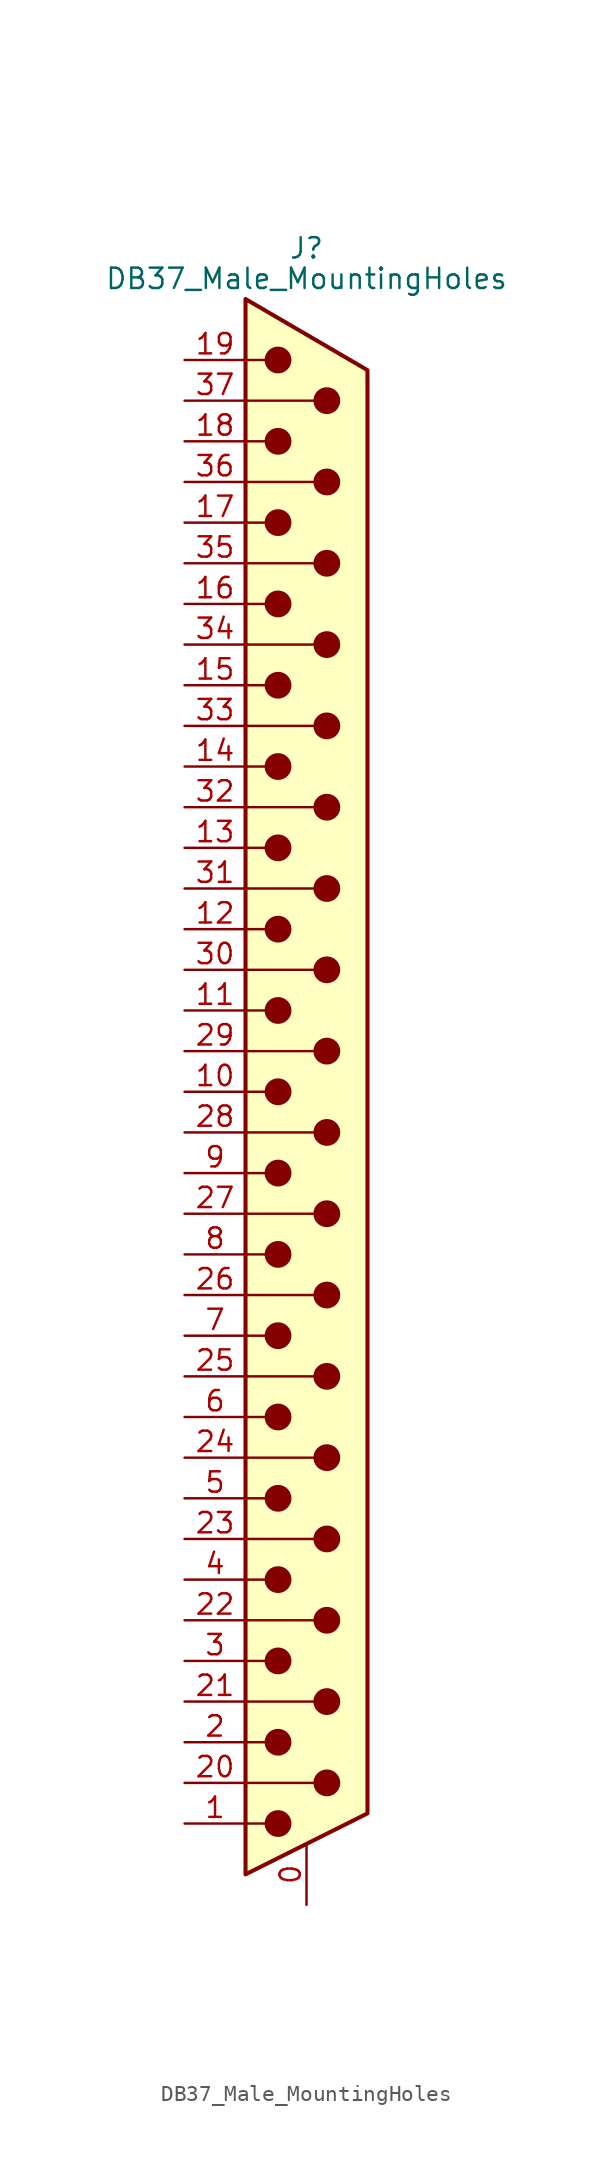
<source format=kicad_sym>
(kicad_symbol_lib
  (version 20201005)
  (generator kicad_symbol_editor)
  (symbol "DB37_Male_MountingHoles"
    (pin_names
      (offset 1.016) hide)
    (property "Reference" "J"
      (at 0 52.705 0)
      (effects (font (size 1.27 1.27))))
    (property "Value" "DB37_Male_MountingHoles"
      (at 0 50.8 0)
      (effects (font (size 1.27 1.27))))
    (symbol "DB37_Male_MountingHoles_0_1"
      (circle (center -1.778 -45.72) (radius 0.762) (stroke (width 0)) (fill (type outline)))
      (circle (center -1.778 -40.64) (radius 0.762) (stroke (width 0)) (fill (type outline)))
      (circle (center -1.778 -35.56) (radius 0.762) (stroke (width 0)) (fill (type outline)))
      (circle (center -1.778 -30.48) (radius 0.762) (stroke (width 0)) (fill (type outline)))
      (circle (center -1.778 -25.4) (radius 0.762) (stroke (width 0)) (fill (type outline)))
      (circle (center -1.778 -20.32) (radius 0.762) (stroke (width 0)) (fill (type outline)))
      (circle (center -1.778 -15.24) (radius 0.762) (stroke (width 0)) (fill (type outline)))
      (circle (center -1.778 -10.16) (radius 0.762) (stroke (width 0)) (fill (type outline)))
      (circle (center -1.778 -5.08) (radius 0.762) (stroke (width 0)) (fill (type outline)))
      (circle (center -1.778 0) (radius 0.762) (stroke (width 0)) (fill (type outline)))
      (circle (center -1.778 5.08) (radius 0.762) (stroke (width 0)) (fill (type outline)))
      (circle (center -1.778 10.16) (radius 0.762) (stroke (width 0)) (fill (type outline)))
      (circle (center -1.778 15.24) (radius 0.762) (stroke (width 0)) (fill (type outline)))
      (circle (center -1.778 20.32) (radius 0.762) (stroke (width 0)) (fill (type outline)))
      (circle (center -1.778 25.4) (radius 0.762) (stroke (width 0)) (fill (type outline)))
      (circle (center -1.778 30.48) (radius 0.762) (stroke (width 0)) (fill (type outline)))
      (circle (center -1.778 35.56) (radius 0.762) (stroke (width 0)) (fill (type outline)))
      (circle (center -1.778 40.64) (radius 0.762) (stroke (width 0)) (fill (type outline)))
      (circle (center -1.778 45.72) (radius 0.762) (stroke (width 0)) (fill (type outline)))
      (circle (center 1.27 -43.18) (radius 0.762) (stroke (width 0)) (fill (type outline)))
      (circle (center 1.27 -38.1) (radius 0.762) (stroke (width 0)) (fill (type outline)))
      (circle (center 1.27 -33.02) (radius 0.762) (stroke (width 0)) (fill (type outline)))
      (circle (center 1.27 -27.94) (radius 0.762) (stroke (width 0)) (fill (type outline)))
      (circle (center 1.27 -22.86) (radius 0.762) (stroke (width 0)) (fill (type outline)))
      (circle (center 1.27 -17.78) (radius 0.762) (stroke (width 0)) (fill (type outline)))
      (circle (center 1.27 -12.7) (radius 0.762) (stroke (width 0)) (fill (type outline)))
      (circle (center 1.27 -7.62) (radius 0.762) (stroke (width 0)) (fill (type outline)))
      (circle (center 1.27 -2.54) (radius 0.762) (stroke (width 0)) (fill (type outline)))
      (circle (center 1.27 2.54) (radius 0.762) (stroke (width 0)) (fill (type outline)))
      (circle (center 1.27 7.62) (radius 0.762) (stroke (width 0)) (fill (type outline)))
      (circle (center 1.27 12.7) (radius 0.762) (stroke (width 0)) (fill (type outline)))
      (circle (center 1.27 17.78) (radius 0.762) (stroke (width 0)) (fill (type outline)))
      (circle (center 1.27 22.86) (radius 0.762) (stroke (width 0)) (fill (type outline)))
      (circle (center 1.27 27.94) (radius 0.762) (stroke (width 0)) (fill (type outline)))
      (circle (center 1.27 33.02) (radius 0.762) (stroke (width 0)) (fill (type outline)))
      (circle (center 1.27 38.1) (radius 0.762) (stroke (width 0)) (fill (type outline)))
      (circle (center 1.27 43.18) (radius 0.762) (stroke (width 0)) (fill (type outline)))
      (polyline (pts (xy -3.81 -45.72) (xy -2.54 -45.72)) (stroke (width 0)) (fill (type none)))
      (polyline (pts (xy -3.81 -43.18) (xy 0.508 -43.18)) (stroke (width 0)) (fill (type none)))
      (polyline (pts (xy -3.81 -40.64) (xy -2.54 -40.64)) (stroke (width 0)) (fill (type none)))
      (polyline (pts (xy -3.81 -38.1) (xy 0.508 -38.1)) (stroke (width 0)) (fill (type none)))
      (polyline (pts (xy -3.81 -35.56) (xy -2.54 -35.56)) (stroke (width 0)) (fill (type none)))
      (polyline (pts (xy -3.81 -33.02) (xy 0.508 -33.02)) (stroke (width 0)) (fill (type none)))
      (polyline (pts (xy -3.81 -30.48) (xy -2.54 -30.48)) (stroke (width 0)) (fill (type none)))
      (polyline (pts (xy -3.81 -27.94) (xy 0.508 -27.94)) (stroke (width 0)) (fill (type none)))
      (polyline (pts (xy -3.81 -25.4) (xy -2.54 -25.4)) (stroke (width 0)) (fill (type none)))
      (polyline (pts (xy -3.81 -22.86) (xy 0.508 -22.86)) (stroke (width 0)) (fill (type none)))
      (polyline (pts (xy -3.81 -20.32) (xy -2.54 -20.32)) (stroke (width 0)) (fill (type none)))
      (polyline (pts (xy -3.81 -17.78) (xy 0.508 -17.78)) (stroke (width 0)) (fill (type none)))
      (polyline (pts (xy -3.81 -15.24) (xy -2.54 -15.24)) (stroke (width 0)) (fill (type none)))
      (polyline (pts (xy -3.81 -12.7) (xy 0.508 -12.7)) (stroke (width 0)) (fill (type none)))
      (polyline (pts (xy -3.81 -10.16) (xy -2.54 -10.16)) (stroke (width 0)) (fill (type none)))
      (polyline (pts (xy -3.81 -7.62) (xy 0.508 -7.62)) (stroke (width 0)) (fill (type none)))
      (polyline (pts (xy -3.81 -5.08) (xy -2.54 -5.08)) (stroke (width 0)) (fill (type none)))
      (polyline (pts (xy -3.81 -2.54) (xy 0.508 -2.54)) (stroke (width 0)) (fill (type none)))
      (polyline (pts (xy -3.81 0) (xy -2.54 0)) (stroke (width 0)) (fill (type none)))
      (polyline (pts (xy -3.81 2.54) (xy 0.508 2.54)) (stroke (width 0)) (fill (type none)))
      (polyline (pts (xy -3.81 5.08) (xy -2.54 5.08)) (stroke (width 0)) (fill (type none)))
      (polyline (pts (xy -3.81 7.62) (xy 0.508 7.62)) (stroke (width 0)) (fill (type none)))
      (polyline (pts (xy -3.81 10.16) (xy -2.54 10.16)) (stroke (width 0)) (fill (type none)))
      (polyline (pts (xy -3.81 12.7) (xy 0.508 12.7)) (stroke (width 0)) (fill (type none)))
      (polyline (pts (xy -3.81 15.24) (xy -2.54 15.24)) (stroke (width 0)) (fill (type none)))
      (polyline (pts (xy -3.81 17.78) (xy 0.508 17.78)) (stroke (width 0)) (fill (type none)))
      (polyline (pts (xy -3.81 20.32) (xy -2.54 20.32)) (stroke (width 0)) (fill (type none)))
      (polyline (pts (xy -3.81 22.86) (xy 0.508 22.86)) (stroke (width 0)) (fill (type none)))
      (polyline (pts (xy -3.81 25.4) (xy -2.54 25.4)) (stroke (width 0)) (fill (type none)))
      (polyline (pts (xy -3.81 27.94) (xy 0.508 27.94)) (stroke (width 0)) (fill (type none)))
      (polyline (pts (xy -3.81 30.48) (xy -2.54 30.48)) (stroke (width 0)) (fill (type none)))
      (polyline (pts (xy -3.81 33.02) (xy 0.508 33.02)) (stroke (width 0)) (fill (type none)))
      (polyline (pts (xy -3.81 35.56) (xy -2.54 35.56)) (stroke (width 0)) (fill (type none)))
      (polyline (pts (xy -3.81 38.1) (xy 0.508 38.1)) (stroke (width 0)) (fill (type none)))
      (polyline (pts (xy -3.81 40.64) (xy -2.54 40.64)) (stroke (width 0)) (fill (type none)))
      (polyline (pts (xy -3.81 43.18) (xy 0.508 43.18)) (stroke (width 0)) (fill (type none)))
      (polyline (pts (xy -3.81 45.72) (xy -2.54 45.72)) (stroke (width 0)) (fill (type none)))
      (polyline (pts (xy -3.81 49.53) (xy 3.81 45.085) (xy 3.81 -45.085) (xy -3.81 -48.895) (xy -3.81 49.53)) (stroke (width 0.254)) (fill (type background))))
    (symbol "DB37_Male_MountingHoles_1_1"
      (pin passive line (at 0 -50.8 90) (length 3.81) (name "PAD" (effects (font (size 1.27 1.27)))) (number "0" (effects (font (size 1.27 1.27)))))
      (pin passive line (at -7.62 -45.72 0) (length 3.81) (name "1" (effects (font (size 1.27 1.27)))) (number "1" (effects (font (size 1.27 1.27)))))
      (pin passive line (at -7.62 0 0) (length 3.81) (name "10" (effects (font (size 1.27 1.27)))) (number "10" (effects (font (size 1.27 1.27)))))
      (pin passive line (at -7.62 5.08 0) (length 3.81) (name "11" (effects (font (size 1.27 1.27)))) (number "11" (effects (font (size 1.27 1.27)))))
      (pin passive line (at -7.62 10.16 0) (length 3.81) (name "12" (effects (font (size 1.27 1.27)))) (number "12" (effects (font (size 1.27 1.27)))))
      (pin passive line (at -7.62 15.24 0) (length 3.81) (name "13" (effects (font (size 1.27 1.27)))) (number "13" (effects (font (size 1.27 1.27)))))
      (pin passive line (at -7.62 20.32 0) (length 3.81) (name "14" (effects (font (size 1.27 1.27)))) (number "14" (effects (font (size 1.27 1.27)))))
      (pin passive line (at -7.62 25.4 0) (length 3.81) (name "15" (effects (font (size 1.27 1.27)))) (number "15" (effects (font (size 1.27 1.27)))))
      (pin passive line (at -7.62 30.48 0) (length 3.81) (name "16" (effects (font (size 1.27 1.27)))) (number "16" (effects (font (size 1.27 1.27)))))
      (pin passive line (at -7.62 35.56 0) (length 3.81) (name "17" (effects (font (size 1.27 1.27)))) (number "17" (effects (font (size 1.27 1.27)))))
      (pin passive line (at -7.62 40.64 0) (length 3.81) (name "18" (effects (font (size 1.27 1.27)))) (number "18" (effects (font (size 1.27 1.27)))))
      (pin passive line (at -7.62 45.72 0) (length 3.81) (name "19" (effects (font (size 1.27 1.27)))) (number "19" (effects (font (size 1.27 1.27)))))
      (pin passive line (at -7.62 -40.64 0) (length 3.81) (name "2" (effects (font (size 1.27 1.27)))) (number "2" (effects (font (size 1.27 1.27)))))
      (pin passive line (at -7.62 -43.18 0) (length 3.81) (name "20" (effects (font (size 1.27 1.27)))) (number "20" (effects (font (size 1.27 1.27)))))
      (pin passive line (at -7.62 -38.1 0) (length 3.81) (name "21" (effects (font (size 1.27 1.27)))) (number "21" (effects (font (size 1.27 1.27)))))
      (pin passive line (at -7.62 -33.02 0) (length 3.81) (name "22" (effects (font (size 1.27 1.27)))) (number "22" (effects (font (size 1.27 1.27)))))
      (pin passive line (at -7.62 -27.94 0) (length 3.81) (name "23" (effects (font (size 1.27 1.27)))) (number "23" (effects (font (size 1.27 1.27)))))
      (pin passive line (at -7.62 -22.86 0) (length 3.81) (name "24" (effects (font (size 1.27 1.27)))) (number "24" (effects (font (size 1.27 1.27)))))
      (pin passive line (at -7.62 -17.78 0) (length 3.81) (name "25" (effects (font (size 1.27 1.27)))) (number "25" (effects (font (size 1.27 1.27)))))
      (pin passive line (at -7.62 -12.7 0) (length 3.81) (name "26" (effects (font (size 1.27 1.27)))) (number "26" (effects (font (size 1.27 1.27)))))
      (pin passive line (at -7.62 -7.62 0) (length 3.81) (name "27" (effects (font (size 1.27 1.27)))) (number "27" (effects (font (size 1.27 1.27)))))
      (pin passive line (at -7.62 -2.54 0) (length 3.81) (name "28" (effects (font (size 1.27 1.27)))) (number "28" (effects (font (size 1.27 1.27)))))
      (pin passive line (at -7.62 2.54 0) (length 3.81) (name "29" (effects (font (size 1.27 1.27)))) (number "29" (effects (font (size 1.27 1.27)))))
      (pin passive line (at -7.62 -35.56 0) (length 3.81) (name "3" (effects (font (size 1.27 1.27)))) (number "3" (effects (font (size 1.27 1.27)))))
      (pin passive line (at -7.62 7.62 0) (length 3.81) (name "30" (effects (font (size 1.27 1.27)))) (number "30" (effects (font (size 1.27 1.27)))))
      (pin passive line (at -7.62 12.7 0) (length 3.81) (name "31" (effects (font (size 1.27 1.27)))) (number "31" (effects (font (size 1.27 1.27)))))
      (pin passive line (at -7.62 17.78 0) (length 3.81) (name "32" (effects (font (size 1.27 1.27)))) (number "32" (effects (font (size 1.27 1.27)))))
      (pin passive line (at -7.62 22.86 0) (length 3.81) (name "33" (effects (font (size 1.27 1.27)))) (number "33" (effects (font (size 1.27 1.27)))))
      (pin passive line (at -7.62 27.94 0) (length 3.81) (name "34" (effects (font (size 1.27 1.27)))) (number "34" (effects (font (size 1.27 1.27)))))
      (pin passive line (at -7.62 33.02 0) (length 3.81) (name "35" (effects (font (size 1.27 1.27)))) (number "35" (effects (font (size 1.27 1.27)))))
      (pin passive line (at -7.62 38.1 0) (length 3.81) (name "36" (effects (font (size 1.27 1.27)))) (number "36" (effects (font (size 1.27 1.27)))))
      (pin passive line (at -7.62 43.18 0) (length 3.81) (name "37" (effects (font (size 1.27 1.27)))) (number "37" (effects (font (size 1.27 1.27)))))
      (pin passive line (at -7.62 -30.48 0) (length 3.81) (name "4" (effects (font (size 1.27 1.27)))) (number "4" (effects (font (size 1.27 1.27)))))
      (pin passive line (at -7.62 -25.4 0) (length 3.81) (name "5" (effects (font (size 1.27 1.27)))) (number "5" (effects (font (size 1.27 1.27)))))
      (pin passive line (at -7.62 -20.32 0) (length 3.81) (name "6" (effects (font (size 1.27 1.27)))) (number "6" (effects (font (size 1.27 1.27)))))
      (pin passive line (at -7.62 -15.24 0) (length 3.81) (name "7" (effects (font (size 1.27 1.27)))) (number "7" (effects (font (size 1.27 1.27)))))
      (pin passive line (at -7.62 -10.16 0) (length 3.81) (name "8" (effects (font (size 1.27 1.27)))) (number "8" (effects (font (size 1.27 1.27)))))
      (pin passive line (at -7.62 -5.08 0) (length 3.81) (name "9" (effects (font (size 1.27 1.27)))) (number "9" (effects (font (size 1.27 1.27))))))))
</source>
